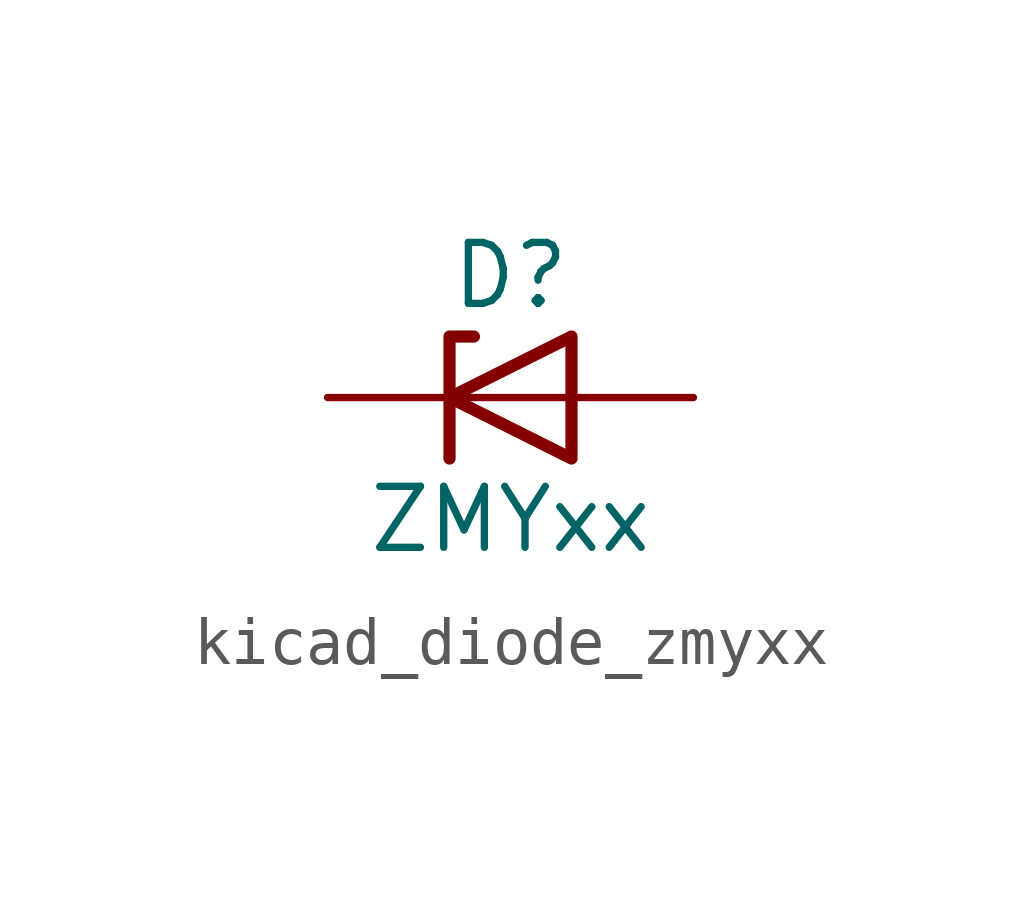
<source format=kicad_sym>
(kicad_symbol_lib
  (version 20220914)
  (generator kicad_symbol_editor)
  (symbol "kicad_diode_zmyxx"
    (pin_numbers hide)
    (pin_names hide)
    (property "Reference" "D"
      (at 0 2.54 0)
      (effects (font (size 1.27 1.27))))
    (property "Value" "ZMYxx"
      (at 0 -2.54 0)
      (effects (font (size 1.27 1.27))))
    (symbol "kicad_diode_zmyxx_0_1"
      (polyline (pts (xy 1.27 0) (xy -1.27 0)) (stroke (width 0) (type default)) (fill (type none)))
      (polyline (pts (xy -1.27 -1.27) (xy -1.27 1.27) (xy -0.762 1.27)) (stroke (width 0.254) (type default)) (fill (type none)))
      (polyline (pts (xy 1.27 -1.27) (xy 1.27 1.27) (xy -1.27 0) (xy 1.27 -1.27)) (stroke (width 0.254) (type default)) (fill (type none))))
    (symbol "kicad_diode_zmyxx_1_1"
      (pin passive line (at -3.81 0 0) (length 2.54) (name "K" (effects (font (size 1.27 1.27)))) (number "1" (effects (font (size 1.27 1.27)))))
      (pin passive line (at 3.81 0 180) (length 2.54) (name "A" (effects (font (size 1.27 1.27)))) (number "2" (effects (font (size 1.27 1.27))))))))
</source>
